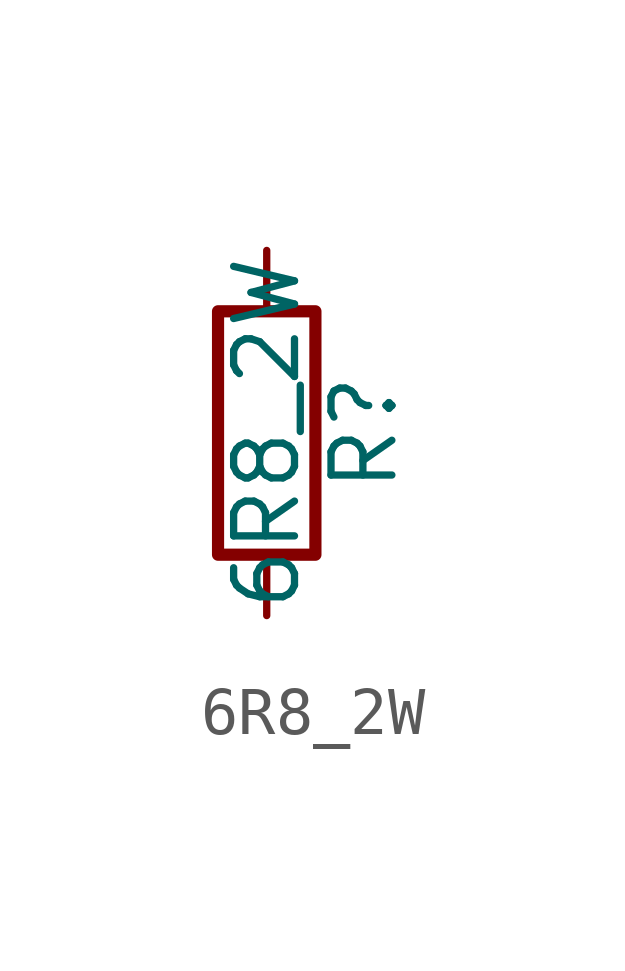
<source format=kicad_sym>
(kicad_symbol_lib
  (version 20220914)
  (generator kicad_db_lib)
  (symbol "6R8_2W"
    (pin_numbers hide)
    (pin_names
      (offset 0))
    (property "Reference" "R"
      (at 2.032 0 90)
      (effects (font (size 1.27 1.27))))
    (property "Value" "6R8_2W"
      (at 0 0 90)
      (effects (font (size 1.27 1.27))))
    (symbol "6R8_2W_0_1"
      (rectangle (start -1.016 -2.54) (end 1.016 2.54) (stroke (width 0.254) (type default)) (fill (type none))))
    (symbol "6R8_2W_1_1"
      (pin passive line (at 0 3.81 270) (length 1.27) (name "~" (effects (font (size 1.27 1.27)))) (number "1" (effects (font (size 1.27 1.27)))))
      (pin passive line (at 0 -3.81 90) (length 1.27) (name "~" (effects (font (size 1.27 1.27)))) (number "2" (effects (font (size 1.27 1.27))))))))
</source>
